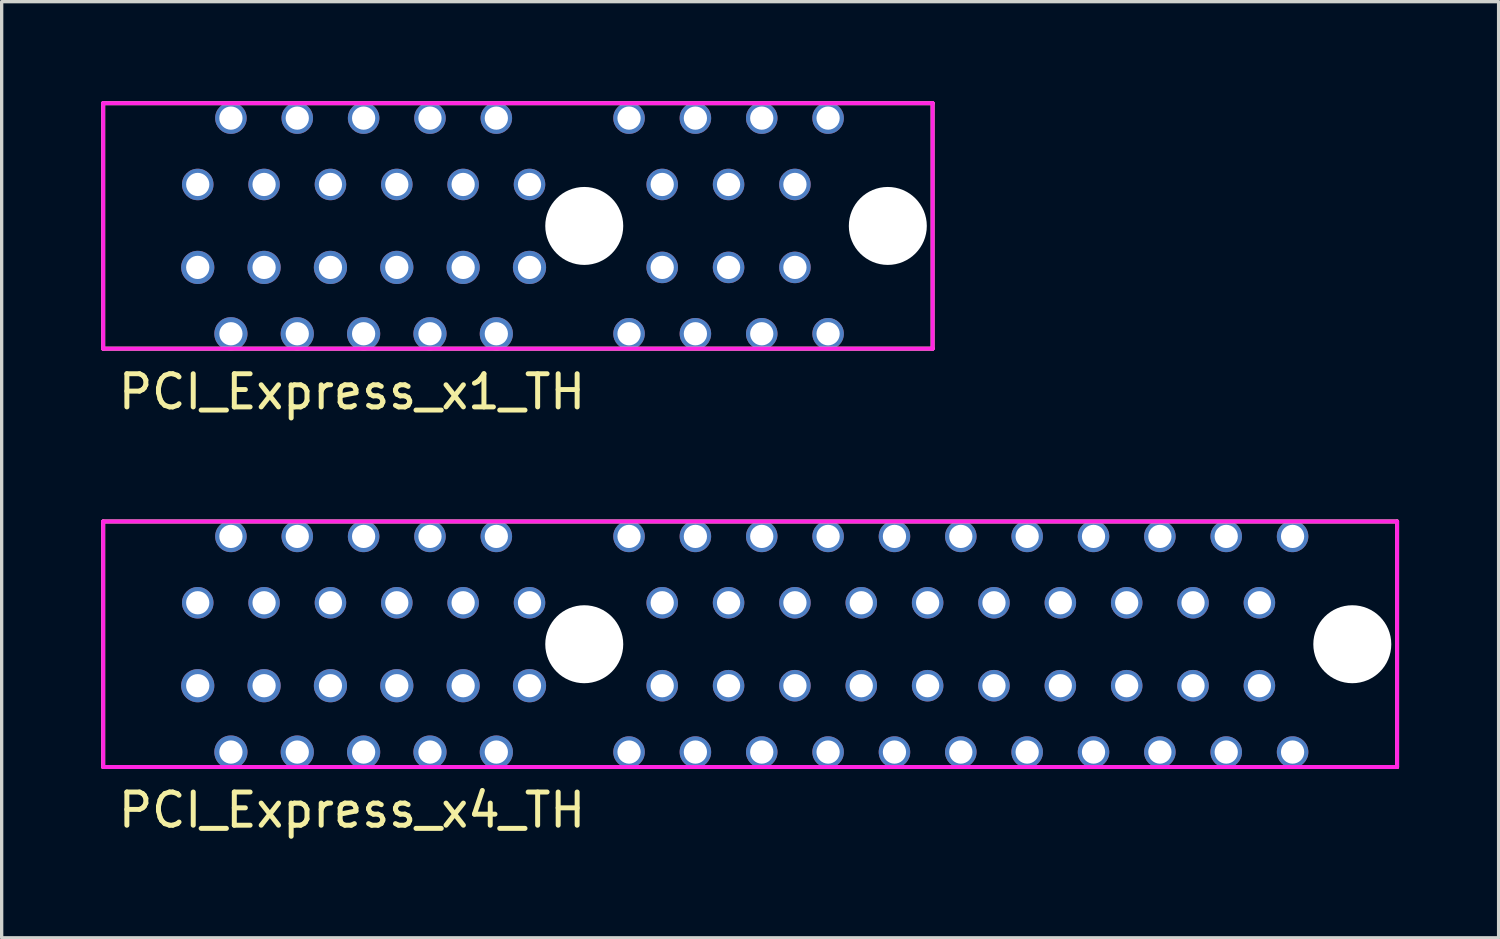
<source format=kicad_pcb>
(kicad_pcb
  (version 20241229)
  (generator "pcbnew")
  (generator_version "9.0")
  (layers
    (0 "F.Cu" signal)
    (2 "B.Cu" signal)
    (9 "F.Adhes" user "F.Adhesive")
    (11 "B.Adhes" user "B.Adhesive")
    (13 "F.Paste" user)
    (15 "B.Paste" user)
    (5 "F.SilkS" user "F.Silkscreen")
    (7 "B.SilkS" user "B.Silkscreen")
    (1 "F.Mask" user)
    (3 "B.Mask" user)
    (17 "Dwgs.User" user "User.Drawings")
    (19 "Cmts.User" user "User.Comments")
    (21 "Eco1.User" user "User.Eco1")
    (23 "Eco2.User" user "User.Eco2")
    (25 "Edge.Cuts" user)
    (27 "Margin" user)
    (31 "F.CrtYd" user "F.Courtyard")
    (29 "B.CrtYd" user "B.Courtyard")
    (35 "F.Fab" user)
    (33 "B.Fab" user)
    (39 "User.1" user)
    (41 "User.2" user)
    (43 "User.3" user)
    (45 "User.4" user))
  (footprint "PCI_Express_x1_TH"
    (layer "F.Cu")
    (at 14.56 3.76)
    (property "Reference" "PCI_Express_x1_TH" (at -7 5 0) (layer "F.SilkS") (effects (font (size 1 1) (thickness 0.15))))
    (attr through_hole)
    (fp_line (start -14.5 -3.7) (end 10.5 -3.7) (stroke (width 0.12) (type solid)) (layer "F.SilkS"))
    (fp_line (start -14.5 3.7) (end -14.5 -3.7) (stroke (width 0.12) (type solid)) (layer "F.SilkS"))
    (fp_line (start 10.5 -3.7) (end 10.5 3.7) (stroke (width 0.12) (type solid)) (layer "F.SilkS"))
    (fp_line (start 10.5 3.7) (end -14.5 3.7) (stroke (width 0.12) (type solid)) (layer "F.SilkS"))
    (fp_line (start -14.5 -3.7) (end 10.5 -3.7) (stroke (width 0.12) (type solid)) (layer "F.CrtYd"))
    (fp_line (start -14.5 3.7) (end -14.5 -3.7) (stroke (width 0.12) (type solid)) (layer "F.CrtYd"))
    (fp_line (start 10.5 -3.7) (end 10.5 3.7) (stroke (width 0.12) (type solid)) (layer "F.CrtYd"))
    (fp_line (start 10.5 3.7) (end -14.5 3.7) (stroke (width 0.12) (type solid)) (layer "F.CrtYd"))
    (pad "" np_thru_hole circle (at 0 0) (size 2.35 2.35) (drill 2.35) (layers "*.Cu" "*.Mask"))
    (pad "" np_thru_hole circle (at 9.15 0) (size 2.35 2.35) (drill 2.35) (layers "*.Cu" "*.Mask"))
    (pad "A1" thru_hole circle (at -11.65 -1.25) (size 0.95 0.95) (drill 0.7) (layers "*.Cu" "*.Mask"))
    (pad "A2" thru_hole circle (at -10.65 -3.25) (size 0.95 0.95) (drill 0.7) (layers "*.Cu" "*.Mask"))
    (pad "A3" thru_hole circle (at -9.65 -1.25) (size 0.95 0.95) (drill 0.7) (layers "*.Cu" "*.Mask"))
    (pad "A4" thru_hole circle (at -8.65 -3.25) (size 0.95 0.95) (drill 0.7) (layers "*.Cu" "*.Mask"))
    (pad "A5" thru_hole circle (at -7.65 -1.25) (size 0.95 0.95) (drill 0.7) (layers "*.Cu" "*.Mask"))
    (pad "A6" thru_hole circle (at -6.65 -3.25) (size 0.95 0.95) (drill 0.7) (layers "*.Cu" "*.Mask"))
    (pad "A7" thru_hole circle (at -5.65 -1.25) (size 0.95 0.95) (drill 0.7) (layers "*.Cu" "*.Mask"))
    (pad "A8" thru_hole circle (at -4.65 -3.25) (size 0.95 0.95) (drill 0.7) (layers "*.Cu" "*.Mask"))
    (pad "A9" thru_hole circle (at -3.65 -1.25) (size 0.95 0.95) (drill 0.7) (layers "*.Cu" "*.Mask"))
    (pad "A10" thru_hole circle (at -2.65 -3.25) (size 0.95 0.95) (drill 0.7) (layers "*.Cu" "*.Mask"))
    (pad "A11" thru_hole circle (at -1.65 -1.25) (size 0.95 0.95) (drill 0.7) (layers "*.Cu" "*.Mask"))
    (pad "A12" thru_hole circle (at 1.35 -3.25) (size 0.95 0.95) (drill 0.7) (layers "*.Cu" "*.Mask"))
    (pad "A13" thru_hole circle (at 2.35 -1.25) (size 0.95 0.95) (drill 0.7) (layers "*.Cu" "*.Mask"))
    (pad "A14" thru_hole circle (at 3.35 -3.25) (size 0.95 0.95) (drill 0.7) (layers "*.Cu" "*.Mask"))
    (pad "A15" thru_hole circle (at 4.35 -1.25) (size 0.95 0.95) (drill 0.7) (layers "*.Cu" "*.Mask"))
    (pad "A16" thru_hole circle (at 5.35 -3.25) (size 0.95 0.95) (drill 0.7) (layers "*.Cu" "*.Mask"))
    (pad "A17" thru_hole circle (at 6.35 -1.25) (size 0.95 0.95) (drill 0.7) (layers "*.Cu" "*.Mask"))
    (pad "A18" thru_hole circle (at 7.35 -3.25) (size 0.95 0.95) (drill 0.7) (layers "*.Cu" "*.Mask"))
    (pad "B1" thru_hole circle (at -11.65 1.25) (size 1 1) (drill 0.7) (layers "*.Cu" "*.Mask"))
    (pad "B2" thru_hole circle (at -10.65 3.25) (size 1 1) (drill 0.7) (layers "*.Cu" "*.Mask"))
    (pad "B3" thru_hole circle (at -9.65 1.25) (size 1 1) (drill 0.7) (layers "*.Cu" "*.Mask"))
    (pad "B4" thru_hole circle (at -8.65 3.25) (size 1 1) (drill 0.7) (layers "*.Cu" "*.Mask"))
    (pad "B5" thru_hole circle (at -7.65 1.25) (size 1 1) (drill 0.7) (layers "*.Cu" "*.Mask"))
    (pad "B6" thru_hole circle (at -6.65 3.25) (size 1 1) (drill 0.7) (layers "*.Cu" "*.Mask"))
    (pad "B7" thru_hole circle (at -5.65 1.25) (size 1 1) (drill 0.7) (layers "*.Cu" "*.Mask"))
    (pad "B8" thru_hole circle (at -4.65 3.25) (size 1 1) (drill 0.7) (layers "*.Cu" "*.Mask"))
    (pad "B9" thru_hole circle (at -3.65 1.25) (size 1 1) (drill 0.7) (layers "*.Cu" "*.Mask"))
    (pad "B10" thru_hole circle (at -2.65 3.25) (size 1 1) (drill 0.7) (layers "*.Cu" "*.Mask"))
    (pad "B11" thru_hole circle (at -1.65 1.25) (size 1 1) (drill 0.7) (layers "*.Cu" "*.Mask"))
    (pad "B12" thru_hole circle (at 1.35 3.25) (size 0.95 0.95) (drill 0.7) (layers "*.Cu" "*.Mask"))
    (pad "B13" thru_hole circle (at 2.35 1.25) (size 0.95 0.95) (drill 0.7) (layers "*.Cu" "*.Mask"))
    (pad "B14" thru_hole circle (at 3.35 3.25) (size 0.95 0.95) (drill 0.7) (layers "*.Cu" "*.Mask"))
    (pad "B15" thru_hole circle (at 4.35 1.25) (size 0.95 0.95) (drill 0.7) (layers "*.Cu" "*.Mask"))
    (pad "B16" thru_hole circle (at 5.35 3.25) (size 0.95 0.95) (drill 0.7) (layers "*.Cu" "*.Mask"))
    (pad "B17" thru_hole circle (at 6.35 1.25) (size 0.95 0.95) (drill 0.7) (layers "*.Cu" "*.Mask"))
    (pad "B18" thru_hole circle (at 7.35 3.25) (size 0.95 0.95) (drill 0.7) (layers "*.Cu" "*.Mask")))
  (footprint "PCI_Express_x4_TH"
    (layer "F.Cu")
    (at 14.56 16.368)
    (property "Reference" "PCI_Express_x4_TH" (at -7 5 0) (layer "F.SilkS") (effects (font (size 1 1) (thickness 0.15))))
    (attr through_hole)
    (fp_line (start -14.5 -3.7) (end 24.5 -3.7) (stroke (width 0.12) (type solid)) (layer "F.SilkS"))
    (fp_line (start -14.5 3.7) (end -14.5 -3.7) (stroke (width 0.12) (type solid)) (layer "F.SilkS"))
    (fp_line (start 24.5 -3.7) (end 24.5 3.7) (stroke (width 0.12) (type solid)) (layer "F.SilkS"))
    (fp_line (start 24.5 3.7) (end -14.5 3.7) (stroke (width 0.12) (type solid)) (layer "F.SilkS"))
    (fp_line (start -14.5 -3.7) (end 24.5 -3.7) (stroke (width 0.12) (type solid)) (layer "F.CrtYd"))
    (fp_line (start -14.5 3.7) (end -14.5 -3.7) (stroke (width 0.12) (type solid)) (layer "F.CrtYd"))
    (fp_line (start 24.5 -3.7) (end 24.5 3.7) (stroke (width 0.12) (type solid)) (layer "F.CrtYd"))
    (fp_line (start 24.5 3.7) (end -14.5 3.7) (stroke (width 0.12) (type solid)) (layer "F.CrtYd"))
    (pad "" np_thru_hole circle (at 0 0) (size 2.35 2.35) (drill 2.35) (layers "*.Cu" "*.Mask"))
    (pad "" np_thru_hole circle (at 23.15 0) (size 2.35 2.35) (drill 2.35) (layers "*.Cu" "*.Mask"))
    (pad "A1" thru_hole circle (at -11.65 -1.25) (size 0.95 0.95) (drill 0.7) (layers "*.Cu" "*.Mask"))
    (pad "A2" thru_hole circle (at -10.65 -3.25) (size 0.95 0.95) (drill 0.7) (layers "*.Cu" "*.Mask"))
    (pad "A3" thru_hole circle (at -9.65 -1.25) (size 0.95 0.95) (drill 0.7) (layers "*.Cu" "*.Mask"))
    (pad "A4" thru_hole circle (at -8.65 -3.25) (size 0.95 0.95) (drill 0.7) (layers "*.Cu" "*.Mask"))
    (pad "A5" thru_hole circle (at -7.65 -1.25) (size 0.95 0.95) (drill 0.7) (layers "*.Cu" "*.Mask"))
    (pad "A6" thru_hole circle (at -6.65 -3.25) (size 0.95 0.95) (drill 0.7) (layers "*.Cu" "*.Mask"))
    (pad "A7" thru_hole circle (at -5.65 -1.25) (size 0.95 0.95) (drill 0.7) (layers "*.Cu" "*.Mask"))
    (pad "A8" thru_hole circle (at -4.65 -3.25) (size 0.95 0.95) (drill 0.7) (layers "*.Cu" "*.Mask"))
    (pad "A9" thru_hole circle (at -3.65 -1.25) (size 0.95 0.95) (drill 0.7) (layers "*.Cu" "*.Mask"))
    (pad "A10" thru_hole circle (at -2.65 -3.25) (size 0.95 0.95) (drill 0.7) (layers "*.Cu" "*.Mask"))
    (pad "A11" thru_hole circle (at -1.65 -1.25) (size 0.95 0.95) (drill 0.7) (layers "*.Cu" "*.Mask"))
    (pad "A12" thru_hole circle (at 1.35 -3.25) (size 0.95 0.95) (drill 0.7) (layers "*.Cu" "*.Mask"))
    (pad "A13" thru_hole circle (at 2.35 -1.25) (size 0.95 0.95) (drill 0.7) (layers "*.Cu" "*.Mask"))
    (pad "A14" thru_hole circle (at 3.35 -3.25) (size 0.95 0.95) (drill 0.7) (layers "*.Cu" "*.Mask"))
    (pad "A15" thru_hole circle (at 4.35 -1.25) (size 0.95 0.95) (drill 0.7) (layers "*.Cu" "*.Mask"))
    (pad "A16" thru_hole circle (at 5.35 -3.25) (size 0.95 0.95) (drill 0.7) (layers "*.Cu" "*.Mask"))
    (pad "A18" thru_hole circle (at 7.35 -3.25) (size 0.95 0.95) (drill 0.7) (layers "*.Cu" "*.Mask"))
    (pad "B1" thru_hole circle (at -11.65 1.25) (size 1 1) (drill 0.7) (layers "*.Cu" "*.Mask"))
    (pad "B2" thru_hole circle (at -10.65 3.25) (size 1 1) (drill 0.7) (layers "*.Cu" "*.Mask"))
    (pad "B3" thru_hole circle (at -9.65 1.25) (size 1 1) (drill 0.7) (layers "*.Cu" "*.Mask"))
    (pad "B4" thru_hole circle (at -8.65 3.25) (size 1 1) (drill 0.7) (layers "*.Cu" "*.Mask"))
    (pad "B5" thru_hole circle (at -7.65 1.25) (size 1 1) (drill 0.7) (layers "*.Cu" "*.Mask"))
    (pad "B6" thru_hole circle (at -6.65 3.25) (size 1 1) (drill 0.7) (layers "*.Cu" "*.Mask"))
    (pad "B7" thru_hole circle (at -5.65 1.25) (size 1 1) (drill 0.7) (layers "*.Cu" "*.Mask"))
    (pad "B8" thru_hole circle (at -4.65 3.25) (size 1 1) (drill 0.7) (layers "*.Cu" "*.Mask"))
    (pad "B9" thru_hole circle (at -3.65 1.25) (size 1 1) (drill 0.7) (layers "*.Cu" "*.Mask"))
    (pad "B10" thru_hole circle (at -2.65 3.25) (size 1 1) (drill 0.7) (layers "*.Cu" "*.Mask"))
    (pad "B11" thru_hole circle (at -1.65 1.25) (size 1 1) (drill 0.7) (layers "*.Cu" "*.Mask"))
    (pad "B12" thru_hole circle (at 1.35 3.25) (size 0.95 0.95) (drill 0.7) (layers "*.Cu" "*.Mask"))
    (pad "B13" thru_hole circle (at 2.35 1.25) (size 0.95 0.95) (drill 0.7) (layers "*.Cu" "*.Mask"))
    (pad "B14" thru_hole circle (at 3.35 3.25) (size 0.95 0.95) (drill 0.7) (layers "*.Cu" "*.Mask"))
    (pad "B15" thru_hole circle (at 4.35 1.25) (size 0.95 0.95) (drill 0.7) (layers "*.Cu" "*.Mask"))
    (pad "B16" thru_hole circle (at 5.35 3.25) (size 0.95 0.95) (drill 0.7) (layers "*.Cu" "*.Mask"))
    (pad "B17" thru_hole circle (at 6.35 -1.25) (size 0.95 0.95) (drill 0.7) (layers "*.Cu" "*.Mask"))
    (pad "B17" thru_hole circle (at 6.35 1.25) (size 0.95 0.95) (drill 0.7) (layers "*.Cu" "*.Mask"))
    (pad "B18" thru_hole circle (at 7.35 3.25) (size 0.95 0.95) (drill 0.7) (layers "*.Cu" "*.Mask"))
    (pad "B19" thru_hole circle (at 8.35 -1.25) (size 0.95 0.95) (drill 0.7) (layers "*.Cu" "*.Mask"))
    (pad "B19" thru_hole circle (at 8.35 1.25) (size 0.95 0.95) (drill 0.7) (layers "*.Cu" "*.Mask"))
    (pad "B20" thru_hole circle (at 9.35 -3.25) (size 0.95 0.95) (drill 0.7) (layers "*.Cu" "*.Mask"))
    (pad "B20" thru_hole circle (at 9.35 3.25) (size 0.95 0.95) (drill 0.7) (layers "*.Cu" "*.Mask"))
    (pad "B21" thru_hole circle (at 10.35 -1.25) (size 0.95 0.95) (drill 0.7) (layers "*.Cu" "*.Mask"))
    (pad "B21" thru_hole circle (at 10.35 1.25) (size 0.95 0.95) (drill 0.7) (layers "*.Cu" "*.Mask"))
    (pad "B22" thru_hole circle (at 11.35 -3.25) (size 0.95 0.95) (drill 0.7) (layers "*.Cu" "*.Mask"))
    (pad "B22" thru_hole circle (at 11.35 3.25) (size 0.95 0.95) (drill 0.7) (layers "*.Cu" "*.Mask"))
    (pad "B23" thru_hole circle (at 12.35 -1.25) (size 0.95 0.95) (drill 0.7) (layers "*.Cu" "*.Mask"))
    (pad "B23" thru_hole circle (at 12.35 1.25) (size 0.95 0.95) (drill 0.7) (layers "*.Cu" "*.Mask"))
    (pad "B24" thru_hole circle (at 13.35 -3.25) (size 0.95 0.95) (drill 0.7) (layers "*.Cu" "*.Mask"))
    (pad "B24" thru_hole circle (at 13.35 3.25) (size 0.95 0.95) (drill 0.7) (layers "*.Cu" "*.Mask"))
    (pad "B25" thru_hole circle (at 14.35 -1.25) (size 0.95 0.95) (drill 0.7) (layers "*.Cu" "*.Mask"))
    (pad "B25" thru_hole circle (at 14.35 1.25) (size 0.95 0.95) (drill 0.7) (layers "*.Cu" "*.Mask"))
    (pad "B26" thru_hole circle (at 15.35 -3.25) (size 0.95 0.95) (drill 0.7) (layers "*.Cu" "*.Mask"))
    (pad "B26" thru_hole circle (at 15.35 3.25) (size 0.95 0.95) (drill 0.7) (layers "*.Cu" "*.Mask"))
    (pad "B27" thru_hole circle (at 16.35 -1.25) (size 0.95 0.95) (drill 0.7) (layers "*.Cu" "*.Mask"))
    (pad "B27" thru_hole circle (at 16.35 1.25) (size 0.95 0.95) (drill 0.7) (layers "*.Cu" "*.Mask"))
    (pad "B28" thru_hole circle (at 17.35 -3.25) (size 0.95 0.95) (drill 0.7) (layers "*.Cu" "*.Mask"))
    (pad "B28" thru_hole circle (at 17.35 3.25) (size 0.95 0.95) (drill 0.7) (layers "*.Cu" "*.Mask"))
    (pad "B29" thru_hole circle (at 18.35 -1.25) (size 0.95 0.95) (drill 0.7) (layers "*.Cu" "*.Mask"))
    (pad "B29" thru_hole circle (at 18.35 1.25) (size 0.95 0.95) (drill 0.7) (layers "*.Cu" "*.Mask"))
    (pad "B30" thru_hole circle (at 19.35 -3.25) (size 0.95 0.95) (drill 0.7) (layers "*.Cu" "*.Mask"))
    (pad "B30" thru_hole circle (at 19.35 3.25) (size 0.95 0.95) (drill 0.7) (layers "*.Cu" "*.Mask"))
    (pad "B31" thru_hole circle (at 20.35 -1.25) (size 0.95 0.95) (drill 0.7) (layers "*.Cu" "*.Mask"))
    (pad "B31" thru_hole circle (at 20.35 1.25) (size 0.95 0.95) (drill 0.7) (layers "*.Cu" "*.Mask"))
    (pad "B32" thru_hole circle (at 21.35 -3.25) (size 0.95 0.95) (drill 0.7) (layers "*.Cu" "*.Mask"))
    (pad "B32" thru_hole circle (at 21.35 3.25) (size 0.95 0.95) (drill 0.7) (layers "*.Cu" "*.Mask")))
  (gr_rect
    (start -3 -3)
    (end 42.12 25.216)
    (stroke (width 0.1) (type default))
    (fill no)
    (layer "Edge.Cuts")))
</source>
